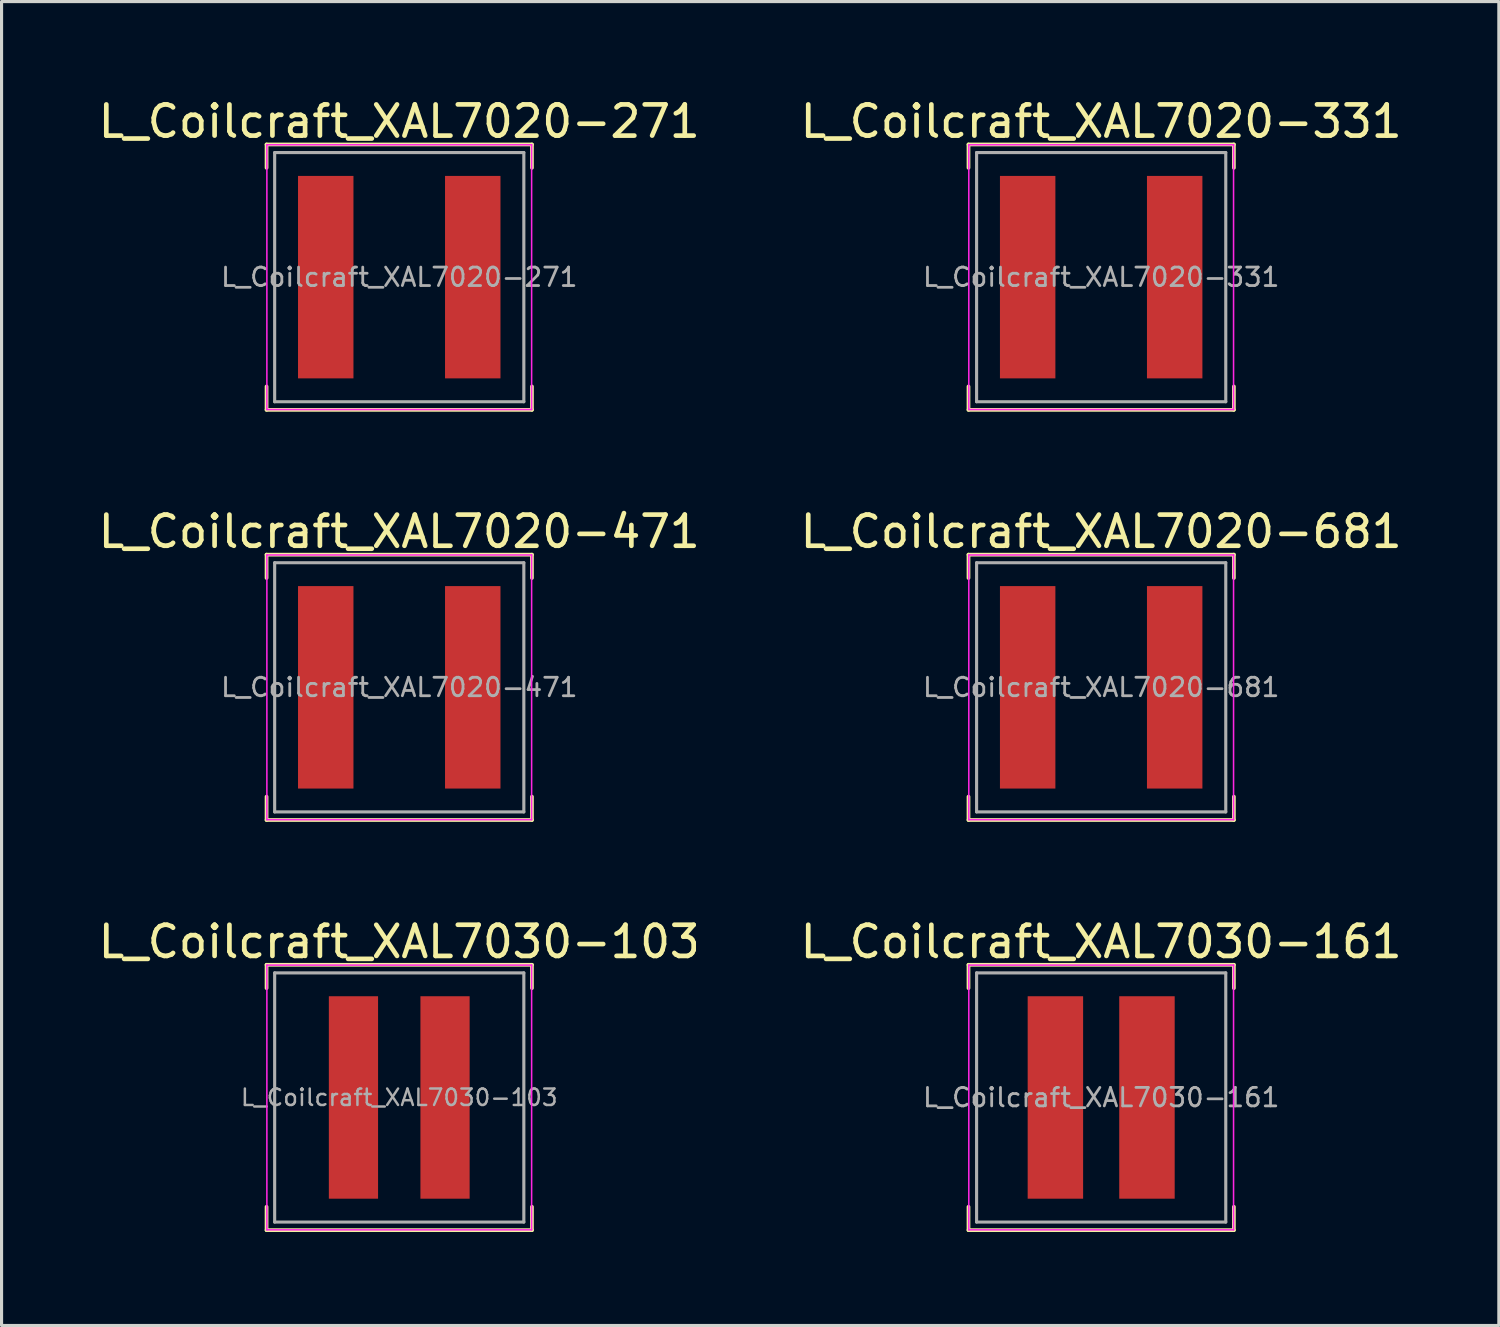
<source format=kicad_pcb>
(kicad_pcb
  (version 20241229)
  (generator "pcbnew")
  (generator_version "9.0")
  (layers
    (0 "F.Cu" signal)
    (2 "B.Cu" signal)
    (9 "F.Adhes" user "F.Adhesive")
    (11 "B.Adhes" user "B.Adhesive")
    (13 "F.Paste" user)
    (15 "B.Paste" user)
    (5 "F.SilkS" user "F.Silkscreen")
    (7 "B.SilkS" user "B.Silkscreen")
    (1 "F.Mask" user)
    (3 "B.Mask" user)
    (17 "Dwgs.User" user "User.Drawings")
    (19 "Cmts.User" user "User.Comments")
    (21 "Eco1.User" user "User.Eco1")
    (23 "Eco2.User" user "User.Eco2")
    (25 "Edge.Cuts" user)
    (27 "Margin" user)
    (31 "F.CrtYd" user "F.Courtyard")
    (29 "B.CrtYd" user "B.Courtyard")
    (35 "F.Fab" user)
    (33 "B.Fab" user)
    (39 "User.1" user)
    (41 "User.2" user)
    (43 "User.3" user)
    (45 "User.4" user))
  (footprint "L_Coilcraft_XAL7030-161"
    (layer "F.Cu")
    (at 32.304 32.185)
    (property "Reference" "L_Coilcraft_XAL7030-161" (at 0 -5 0) (layer "F.SilkS") (effects (font (size 1 1) (thickness 0.15))))
    (attr smd)
    (fp_line (start -4.26 -4.26) (end -4.26 -3.51) (stroke (width 0.12) (type solid)) (layer "F.SilkS"))
    (fp_line (start -4.26 -4.26) (end 4.26 -4.26) (stroke (width 0.12) (type solid)) (layer "F.SilkS"))
    (fp_line (start -4.26 4.26) (end -4.26 3.51) (stroke (width 0.12) (type solid)) (layer "F.SilkS"))
    (fp_line (start -4.26 4.26) (end 4.26 4.26) (stroke (width 0.12) (type solid)) (layer "F.SilkS"))
    (fp_line (start 4.26 -4.26) (end 4.26 -3.51) (stroke (width 0.12) (type solid)) (layer "F.SilkS"))
    (fp_line (start 4.26 4.26) (end 4.26 3.51) (stroke (width 0.12) (type solid)) (layer "F.SilkS"))
    (fp_line (start -4.25 -4.25) (end -4.25 4.25) (stroke (width 0.05) (type solid)) (layer "F.CrtYd"))
    (fp_line (start -4.25 4.25) (end 4.25 4.25) (stroke (width 0.05) (type solid)) (layer "F.CrtYd"))
    (fp_line (start 4.25 -4.25) (end -4.25 -4.25) (stroke (width 0.05) (type solid)) (layer "F.CrtYd"))
    (fp_line (start 4.25 4.25) (end 4.25 -4.25) (stroke (width 0.05) (type solid)) (layer "F.CrtYd"))
    (fp_line (start -4 -4) (end -4 4) (stroke (width 0.1) (type solid)) (layer "F.Fab"))
    (fp_line (start -4 4) (end 4 4) (stroke (width 0.1) (type solid)) (layer "F.Fab"))
    (fp_line (start 4 -4) (end -4 -4) (stroke (width 0.1) (type solid)) (layer "F.Fab"))
    (fp_line (start 4 4) (end 4 -4) (stroke (width 0.1) (type solid)) (layer "F.Fab"))
    (fp_text user "${REFERENCE}" (at 0 0 0) (layer "F.Fab") (effects (font (size 0.593 0.593) (thickness 0.089))))
    (pad "1" smd rect (at -1.47 0) (size 1.78 6.5) (layers "F.Cu" "F.Mask" "F.Paste"))
    (pad "2" smd rect (at 1.47 0) (size 1.78 6.5) (layers "F.Cu" "F.Mask" "F.Paste")))
  (footprint "L_Coilcraft_XAL7020-331"
    (layer "F.Cu")
    (at 32.304 5.848)
    (property "Reference" "L_Coilcraft_XAL7020-331" (at 0 -5 0) (layer "F.SilkS") (effects (font (size 1 1) (thickness 0.15))))
    (attr smd)
    (fp_line (start -4.26 -4.26) (end -4.26 -3.51) (stroke (width 0.12) (type solid)) (layer "F.SilkS"))
    (fp_line (start -4.26 -4.26) (end 4.26 -4.26) (stroke (width 0.12) (type solid)) (layer "F.SilkS"))
    (fp_line (start -4.26 4.26) (end -4.26 3.51) (stroke (width 0.12) (type solid)) (layer "F.SilkS"))
    (fp_line (start -4.26 4.26) (end 4.26 4.26) (stroke (width 0.12) (type solid)) (layer "F.SilkS"))
    (fp_line (start 4.26 -4.26) (end 4.26 -3.51) (stroke (width 0.12) (type solid)) (layer "F.SilkS"))
    (fp_line (start 4.26 4.26) (end 4.26 3.51) (stroke (width 0.12) (type solid)) (layer "F.SilkS"))
    (fp_line (start -4.25 -4.25) (end -4.25 4.25) (stroke (width 0.05) (type solid)) (layer "F.CrtYd"))
    (fp_line (start -4.25 4.25) (end 4.25 4.25) (stroke (width 0.05) (type solid)) (layer "F.CrtYd"))
    (fp_line (start 4.25 -4.25) (end -4.25 -4.25) (stroke (width 0.05) (type solid)) (layer "F.CrtYd"))
    (fp_line (start 4.25 4.25) (end 4.25 -4.25) (stroke (width 0.05) (type solid)) (layer "F.CrtYd"))
    (fp_line (start -4 -4) (end -4 4) (stroke (width 0.1) (type solid)) (layer "F.Fab"))
    (fp_line (start -4 4) (end 4 4) (stroke (width 0.1) (type solid)) (layer "F.Fab"))
    (fp_line (start 4 -4) (end -4 -4) (stroke (width 0.1) (type solid)) (layer "F.Fab"))
    (fp_line (start 4 4) (end 4 -4) (stroke (width 0.1) (type solid)) (layer "F.Fab"))
    (fp_text user "${REFERENCE}" (at 0 0 0) (layer "F.Fab") (effects (font (size 0.593 0.593) (thickness 0.089))))
    (pad "1" smd rect (at -2.36 0) (size 1.78 6.5) (layers "F.Cu" "F.Mask" "F.Paste"))
    (pad "2" smd rect (at 2.36 0) (size 1.78 6.5) (layers "F.Cu" "F.Mask" "F.Paste")))
  (footprint "L_Coilcraft_XAL7020-471"
    (layer "F.Cu")
    (at 9.768 19.017)
    (property "Reference" "L_Coilcraft_XAL7020-471" (at 0 -5 0) (layer "F.SilkS") (effects (font (size 1 1) (thickness 0.15))))
    (attr smd)
    (fp_line (start -4.26 -4.26) (end -4.26 -3.51) (stroke (width 0.12) (type solid)) (layer "F.SilkS"))
    (fp_line (start -4.26 -4.26) (end 4.26 -4.26) (stroke (width 0.12) (type solid)) (layer "F.SilkS"))
    (fp_line (start -4.26 4.26) (end -4.26 3.51) (stroke (width 0.12) (type solid)) (layer "F.SilkS"))
    (fp_line (start -4.26 4.26) (end 4.26 4.26) (stroke (width 0.12) (type solid)) (layer "F.SilkS"))
    (fp_line (start 4.26 -4.26) (end 4.26 -3.51) (stroke (width 0.12) (type solid)) (layer "F.SilkS"))
    (fp_line (start 4.26 4.26) (end 4.26 3.51) (stroke (width 0.12) (type solid)) (layer "F.SilkS"))
    (fp_line (start -4.25 -4.25) (end -4.25 4.25) (stroke (width 0.05) (type solid)) (layer "F.CrtYd"))
    (fp_line (start -4.25 4.25) (end 4.25 4.25) (stroke (width 0.05) (type solid)) (layer "F.CrtYd"))
    (fp_line (start 4.25 -4.25) (end -4.25 -4.25) (stroke (width 0.05) (type solid)) (layer "F.CrtYd"))
    (fp_line (start 4.25 4.25) (end 4.25 -4.25) (stroke (width 0.05) (type solid)) (layer "F.CrtYd"))
    (fp_line (start -4 -4) (end -4 4) (stroke (width 0.1) (type solid)) (layer "F.Fab"))
    (fp_line (start -4 4) (end 4 4) (stroke (width 0.1) (type solid)) (layer "F.Fab"))
    (fp_line (start 4 -4) (end -4 -4) (stroke (width 0.1) (type solid)) (layer "F.Fab"))
    (fp_line (start 4 4) (end 4 -4) (stroke (width 0.1) (type solid)) (layer "F.Fab"))
    (fp_text user "${REFERENCE}" (at 0 0 0) (layer "F.Fab") (effects (font (size 0.593 0.593) (thickness 0.089))))
    (pad "1" smd rect (at -2.36 0) (size 1.78 6.5) (layers "F.Cu" "F.Mask" "F.Paste"))
    (pad "2" smd rect (at 2.36 0) (size 1.78 6.5) (layers "F.Cu" "F.Mask" "F.Paste")))
  (footprint "L_Coilcraft_XAL7020-681"
    (layer "F.Cu")
    (at 32.304 19.017)
    (property "Reference" "L_Coilcraft_XAL7020-681" (at 0 -5 0) (layer "F.SilkS") (effects (font (size 1 1) (thickness 0.15))))
    (attr smd)
    (fp_line (start -4.26 -4.26) (end -4.26 -3.51) (stroke (width 0.12) (type solid)) (layer "F.SilkS"))
    (fp_line (start -4.26 -4.26) (end 4.26 -4.26) (stroke (width 0.12) (type solid)) (layer "F.SilkS"))
    (fp_line (start -4.26 4.26) (end -4.26 3.51) (stroke (width 0.12) (type solid)) (layer "F.SilkS"))
    (fp_line (start -4.26 4.26) (end 4.26 4.26) (stroke (width 0.12) (type solid)) (layer "F.SilkS"))
    (fp_line (start 4.26 -4.26) (end 4.26 -3.51) (stroke (width 0.12) (type solid)) (layer "F.SilkS"))
    (fp_line (start 4.26 4.26) (end 4.26 3.51) (stroke (width 0.12) (type solid)) (layer "F.SilkS"))
    (fp_line (start -4.25 -4.25) (end -4.25 4.25) (stroke (width 0.05) (type solid)) (layer "F.CrtYd"))
    (fp_line (start -4.25 4.25) (end 4.25 4.25) (stroke (width 0.05) (type solid)) (layer "F.CrtYd"))
    (fp_line (start 4.25 -4.25) (end -4.25 -4.25) (stroke (width 0.05) (type solid)) (layer "F.CrtYd"))
    (fp_line (start 4.25 4.25) (end 4.25 -4.25) (stroke (width 0.05) (type solid)) (layer "F.CrtYd"))
    (fp_line (start -4 -4) (end -4 4) (stroke (width 0.1) (type solid)) (layer "F.Fab"))
    (fp_line (start -4 4) (end 4 4) (stroke (width 0.1) (type solid)) (layer "F.Fab"))
    (fp_line (start 4 -4) (end -4 -4) (stroke (width 0.1) (type solid)) (layer "F.Fab"))
    (fp_line (start 4 4) (end 4 -4) (stroke (width 0.1) (type solid)) (layer "F.Fab"))
    (fp_text user "${REFERENCE}" (at 0 0 0) (layer "F.Fab") (effects (font (size 0.593 0.593) (thickness 0.089))))
    (pad "1" smd rect (at -2.36 0) (size 1.78 6.5) (layers "F.Cu" "F.Mask" "F.Paste"))
    (pad "2" smd rect (at 2.36 0) (size 1.78 6.5) (layers "F.Cu" "F.Mask" "F.Paste")))
  (footprint "L_Coilcraft_XAL7020-271"
    (layer "F.Cu")
    (at 9.768 5.848)
    (property "Reference" "L_Coilcraft_XAL7020-271" (at 0 -5 0) (layer "F.SilkS") (effects (font (size 1 1) (thickness 0.15))))
    (attr smd)
    (fp_line (start -4.26 -4.26) (end -4.26 -3.51) (stroke (width 0.12) (type solid)) (layer "F.SilkS"))
    (fp_line (start -4.26 -4.26) (end 4.26 -4.26) (stroke (width 0.12) (type solid)) (layer "F.SilkS"))
    (fp_line (start -4.26 4.26) (end -4.26 3.51) (stroke (width 0.12) (type solid)) (layer "F.SilkS"))
    (fp_line (start -4.26 4.26) (end 4.26 4.26) (stroke (width 0.12) (type solid)) (layer "F.SilkS"))
    (fp_line (start 4.26 -4.26) (end 4.26 -3.51) (stroke (width 0.12) (type solid)) (layer "F.SilkS"))
    (fp_line (start 4.26 4.26) (end 4.26 3.51) (stroke (width 0.12) (type solid)) (layer "F.SilkS"))
    (fp_line (start -4.25 -4.25) (end -4.25 4.25) (stroke (width 0.05) (type solid)) (layer "F.CrtYd"))
    (fp_line (start -4.25 4.25) (end 4.25 4.25) (stroke (width 0.05) (type solid)) (layer "F.CrtYd"))
    (fp_line (start 4.25 -4.25) (end -4.25 -4.25) (stroke (width 0.05) (type solid)) (layer "F.CrtYd"))
    (fp_line (start 4.25 4.25) (end 4.25 -4.25) (stroke (width 0.05) (type solid)) (layer "F.CrtYd"))
    (fp_line (start -4 -4) (end -4 4) (stroke (width 0.1) (type solid)) (layer "F.Fab"))
    (fp_line (start -4 4) (end 4 4) (stroke (width 0.1) (type solid)) (layer "F.Fab"))
    (fp_line (start 4 -4) (end -4 -4) (stroke (width 0.1) (type solid)) (layer "F.Fab"))
    (fp_line (start 4 4) (end 4 -4) (stroke (width 0.1) (type solid)) (layer "F.Fab"))
    (fp_text user "${REFERENCE}" (at 0 0 0) (layer "F.Fab") (effects (font (size 0.593 0.593) (thickness 0.089))))
    (pad "1" smd rect (at -2.36 0) (size 1.78 6.5) (layers "F.Cu" "F.Mask" "F.Paste"))
    (pad "2" smd rect (at 2.36 0) (size 1.78 6.5) (layers "F.Cu" "F.Mask" "F.Paste")))
  (footprint "L_Coilcraft_XAL7030-103"
    (layer "F.Cu")
    (at 9.768 32.185)
    (property "Reference" "L_Coilcraft_XAL7030-103" (at 0 -5 0) (layer "F.SilkS") (effects (font (size 1 1) (thickness 0.15))))
    (attr smd)
    (fp_line (start -4.26 -4.26) (end -4.26 -3.51) (stroke (width 0.12) (type solid)) (layer "F.SilkS"))
    (fp_line (start -4.26 -4.26) (end 4.26 -4.26) (stroke (width 0.12) (type solid)) (layer "F.SilkS"))
    (fp_line (start -4.26 4.26) (end -4.26 3.51) (stroke (width 0.12) (type solid)) (layer "F.SilkS"))
    (fp_line (start -4.26 4.26) (end 4.26 4.26) (stroke (width 0.12) (type solid)) (layer "F.SilkS"))
    (fp_line (start 4.26 -4.26) (end 4.26 -3.51) (stroke (width 0.12) (type solid)) (layer "F.SilkS"))
    (fp_line (start 4.26 4.26) (end 4.26 3.51) (stroke (width 0.12) (type solid)) (layer "F.SilkS"))
    (fp_line (start -4.25 -4.25) (end -4.25 4.25) (stroke (width 0.05) (type solid)) (layer "F.CrtYd"))
    (fp_line (start -4.25 4.25) (end 4.25 4.25) (stroke (width 0.05) (type solid)) (layer "F.CrtYd"))
    (fp_line (start 4.25 -4.25) (end -4.25 -4.25) (stroke (width 0.05) (type solid)) (layer "F.CrtYd"))
    (fp_line (start 4.25 4.25) (end 4.25 -4.25) (stroke (width 0.05) (type solid)) (layer "F.CrtYd"))
    (fp_line (start -4 -4) (end -4 4) (stroke (width 0.1) (type solid)) (layer "F.Fab"))
    (fp_line (start -4 4) (end 4 4) (stroke (width 0.1) (type solid)) (layer "F.Fab"))
    (fp_line (start 4 -4) (end -4 -4) (stroke (width 0.1) (type solid)) (layer "F.Fab"))
    (fp_line (start 4 4) (end 4 -4) (stroke (width 0.1) (type solid)) (layer "F.Fab"))
    (fp_text user "${REFERENCE}" (at 0 0 0) (layer "F.Fab") (effects (font (size 0.527 0.527) (thickness 0.079))))
    (pad "1" smd rect (at -1.47 0) (size 1.58 6.5) (layers "F.Cu" "F.Mask" "F.Paste"))
    (pad "2" smd rect (at 1.47 0) (size 1.58 6.5) (layers "F.Cu" "F.Mask" "F.Paste")))
  (gr_rect
    (start -3 -3)
    (end 45.071 39.505)
    (stroke (width 0.1) (type default))
    (fill no)
    (layer "Edge.Cuts")))
</source>
